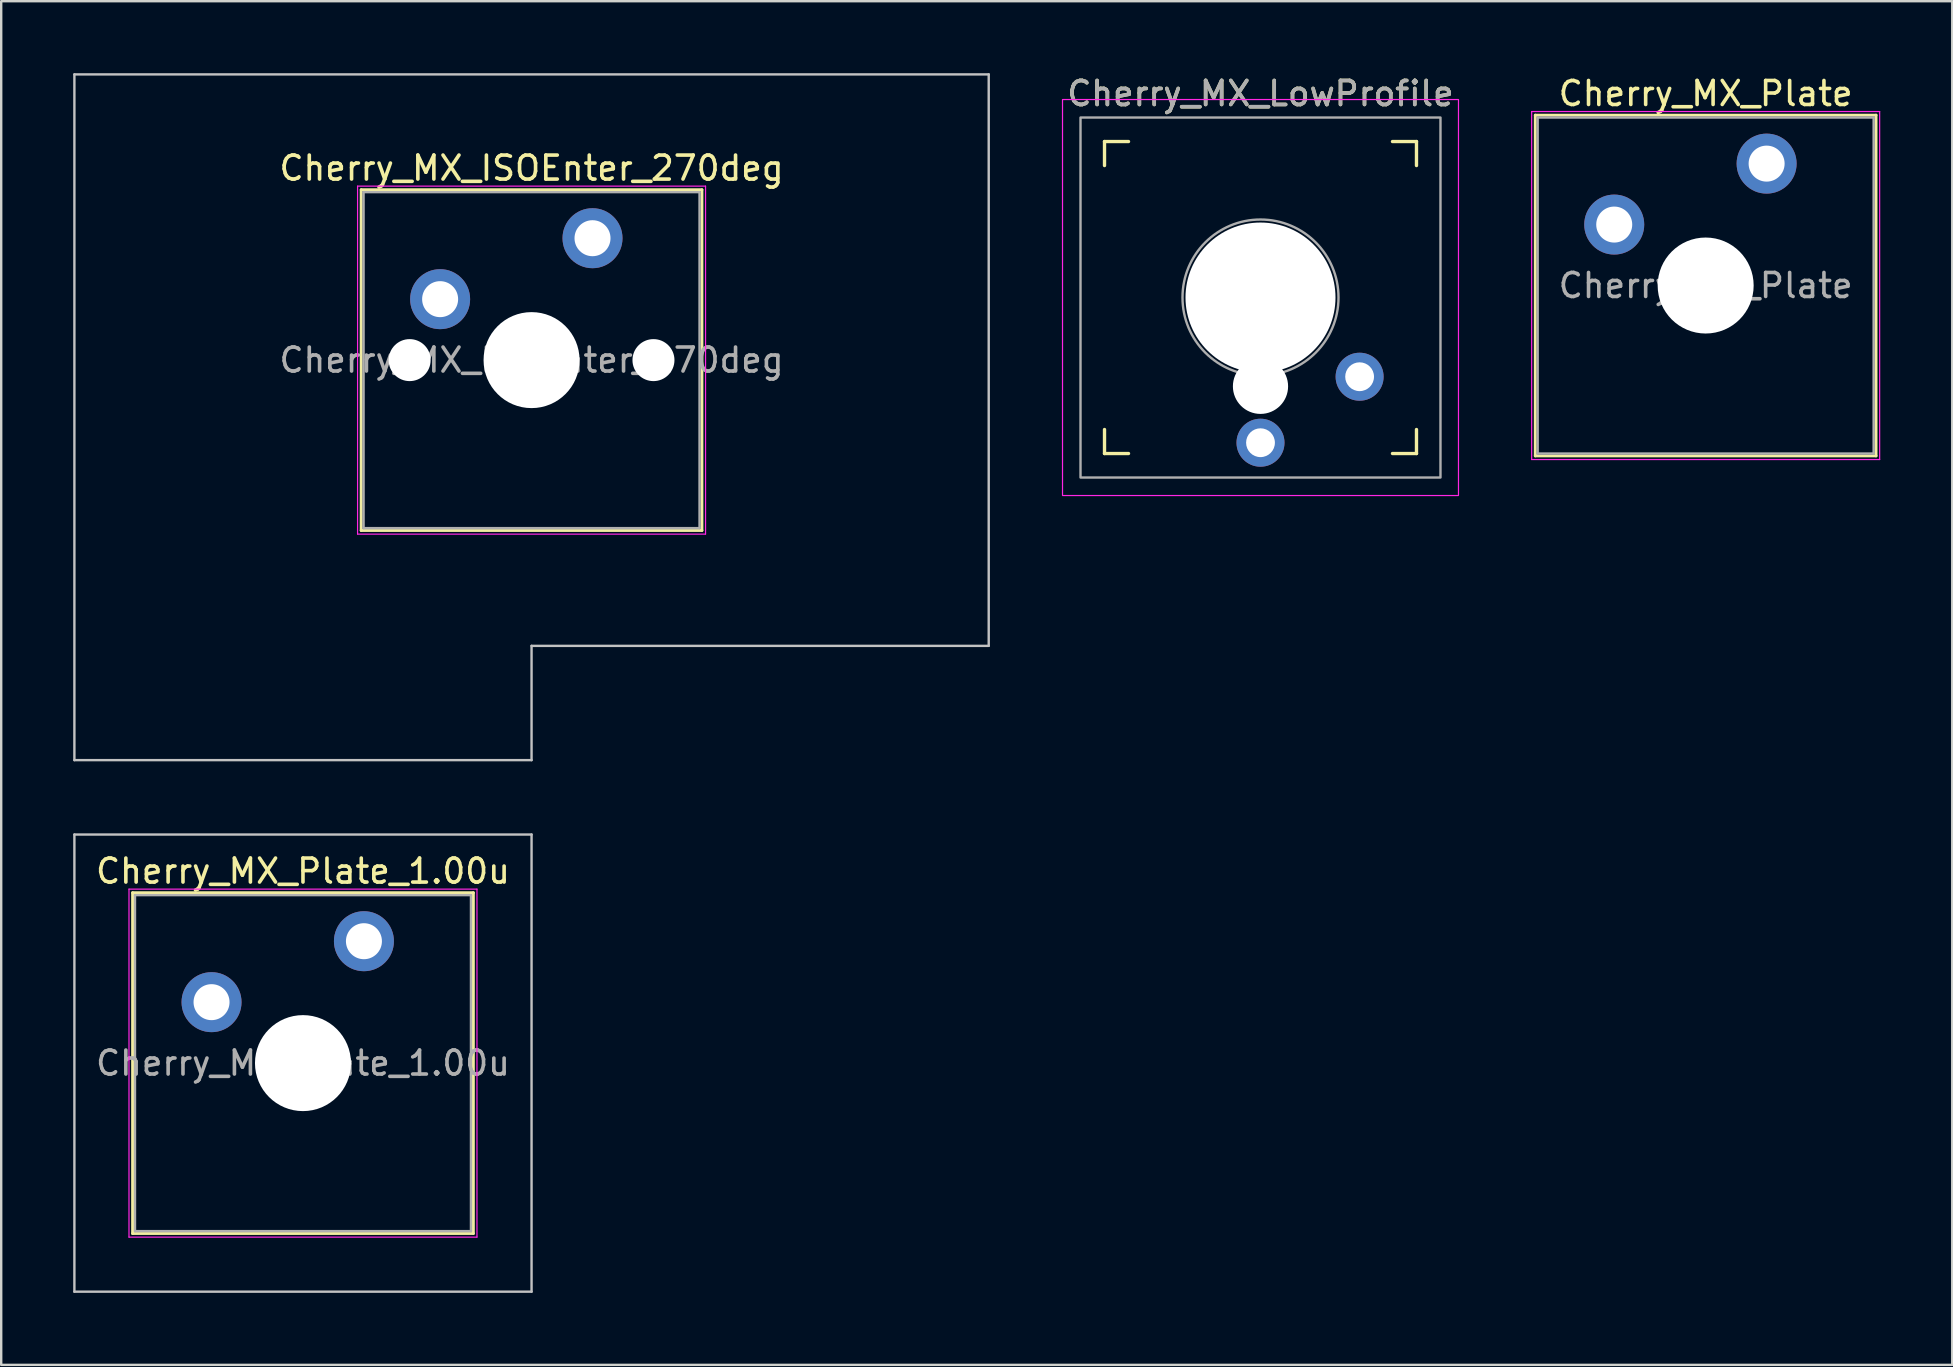
<source format=kicad_pcb>
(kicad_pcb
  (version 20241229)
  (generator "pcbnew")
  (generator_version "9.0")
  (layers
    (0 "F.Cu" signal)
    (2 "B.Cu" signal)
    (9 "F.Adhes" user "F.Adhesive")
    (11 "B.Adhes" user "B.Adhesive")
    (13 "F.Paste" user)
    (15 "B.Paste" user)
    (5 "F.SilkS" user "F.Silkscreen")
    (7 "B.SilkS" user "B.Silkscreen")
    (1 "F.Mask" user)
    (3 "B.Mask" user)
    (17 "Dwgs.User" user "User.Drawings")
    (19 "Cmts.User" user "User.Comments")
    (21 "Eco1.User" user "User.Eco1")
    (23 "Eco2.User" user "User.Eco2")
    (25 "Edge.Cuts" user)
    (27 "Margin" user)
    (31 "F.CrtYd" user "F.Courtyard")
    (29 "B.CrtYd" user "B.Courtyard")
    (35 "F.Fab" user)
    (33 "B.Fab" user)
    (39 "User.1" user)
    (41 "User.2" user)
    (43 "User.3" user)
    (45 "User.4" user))
  (footprint "Cherry_MX_LowProfile"
    (layer "F.Cu")
    (at 49.475 9.348)
    (property "Reference" "Cherry_MX_LowProfile" (at 0 -8.5 0) (unlocked yes) (layer "F.SilkS") (effects (font (size 1 1) (thickness 0.15))))
    (attr through_hole)
    (fp_line (start -6.5 -5.5) (end -6.5 -6.5) (stroke (width 0.14) (type solid)) (layer "F.SilkS"))
    (fp_line (start -6.5 6.5) (end -6.5 5.5) (stroke (width 0.14) (type solid)) (layer "F.SilkS"))
    (fp_line (start -6.5 6.5) (end -5.5 6.5) (stroke (width 0.14) (type solid)) (layer "F.SilkS"))
    (fp_line (start -5.5 -6.5) (end -6.5 -6.5) (stroke (width 0.14) (type solid)) (layer "F.SilkS"))
    (fp_line (start 5.5 6.5) (end 6.5 6.5) (stroke (width 0.14) (type solid)) (layer "F.SilkS"))
    (fp_line (start 6.5 -6.5) (end 5.5 -6.5) (stroke (width 0.14) (type solid)) (layer "F.SilkS"))
    (fp_line (start 6.5 -6.5) (end 6.5 -5.5) (stroke (width 0.14) (type solid)) (layer "F.SilkS"))
    (fp_line (start 6.5 5.5) (end 6.5 6.5) (stroke (width 0.14) (type solid)) (layer "F.SilkS"))
    (fp_rect (start -8.25 -8.25) (end 8.25 8.25) (stroke (width 0.05) (type solid)) (fill no) (layer "F.CrtYd"))
    (fp_rect (start 7.5 7.5) (end -7.5 -7.5) (stroke (width 0.1) (type solid)) (fill no) (layer "F.Fab"))
    (fp_circle (center 0 0) (end 2.75 0) (stroke (width 0.1) (type default)) (fill no) (layer "F.Fab"))
    (fp_circle (center 0 0) (end 3.25 0) (stroke (width 0.1) (type default)) (fill no) (layer "F.Fab"))
    (fp_poly (pts (xy -2.05 -0.65) (xy -0.7 -0.65) (xy -0.7 -2) (xy 0.6 -2) (xy 0.6 -0.65) (xy 1.95 -0.65) (xy 1.95 0.65) (xy 0.6 0.65) (xy 0.6 2) (xy -0.7 2) (xy -0.7 0.65) (xy -2.05 0.65)) (stroke (width 0.1) (type solid)) (fill no) (layer "F.Fab"))
    (fp_text user "${REFERENCE}" (at 0 -8.5 0) (unlocked yes) (layer "F.Fab") (effects (font (size 1 1) (thickness 0.15))))
    (pad "" np_thru_hole circle (at 0 0 180) (size 6.25 6.25) (drill 6.25) (layers "*.Cu" "*.Mask"))
    (pad "" np_thru_hole circle (at 0 3.7) (size 2.3 2.3) (drill 2.3) (layers "*.Cu" "*.Mask"))
    (pad "1" thru_hole circle (at 0 6.05 180) (size 2 2) (drill 1.2) (layers "*.Cu" "B.Mask"))
    (pad "2" thru_hole circle (at 4.13 3.3 180) (size 2 2) (drill 1.2) (layers "*.Cu" "B.Mask")))
  (footprint "Cherry_MX_Plate"
    (layer "F.Cu")
    (at 68.025 8.848)
    (property "Reference" "Cherry_MX_Plate" (at 0 -8 0) (layer "F.SilkS") (effects (font (size 1 1) (thickness 0.15))))
    (attr through_hole)
    (fp_line (start -7.1 -7.1) (end -7.1 7.1) (stroke (width 0.12) (type solid)) (layer "F.SilkS"))
    (fp_line (start -7.1 7.1) (end 7.1 7.1) (stroke (width 0.12) (type solid)) (layer "F.SilkS"))
    (fp_line (start 7.1 -7.1) (end -7.1 -7.1) (stroke (width 0.12) (type solid)) (layer "F.SilkS"))
    (fp_line (start 7.1 7.1) (end 7.1 -7.1) (stroke (width 0.12) (type solid)) (layer "F.SilkS"))
    (fp_line (start -7 -7) (end -7 7) (stroke (width 0.1) (type solid)) (layer "Eco1.User"))
    (fp_line (start -7 7) (end 7 7) (stroke (width 0.1) (type solid)) (layer "Eco1.User"))
    (fp_line (start 7 -7) (end -7 -7) (stroke (width 0.1) (type solid)) (layer "Eco1.User"))
    (fp_line (start 7 7) (end 7 -7) (stroke (width 0.1) (type solid)) (layer "Eco1.User"))
    (fp_line (start -7.25 -7.25) (end -7.25 7.25) (stroke (width 0.05) (type solid)) (layer "F.CrtYd"))
    (fp_line (start -7.25 7.25) (end 7.25 7.25) (stroke (width 0.05) (type solid)) (layer "F.CrtYd"))
    (fp_line (start 7.25 -7.25) (end -7.25 -7.25) (stroke (width 0.05) (type solid)) (layer "F.CrtYd"))
    (fp_line (start 7.25 7.25) (end 7.25 -7.25) (stroke (width 0.05) (type solid)) (layer "F.CrtYd"))
    (fp_line (start -7 -7) (end -7 7) (stroke (width 0.1) (type solid)) (layer "F.Fab"))
    (fp_line (start -7 7) (end 7 7) (stroke (width 0.1) (type solid)) (layer "F.Fab"))
    (fp_line (start 7 -7) (end -7 -7) (stroke (width 0.1) (type solid)) (layer "F.Fab"))
    (fp_line (start 7 7) (end 7 -7) (stroke (width 0.1) (type solid)) (layer "F.Fab"))
    (fp_text user "${REFERENCE}" (at 0 0 0) (layer "F.Fab") (effects (font (size 1 1) (thickness 0.15))))
    (pad "" np_thru_hole circle (at 0 0) (size 4 4) (drill 4) (layers "*.Cu" "*.Mask"))
    (pad "1" thru_hole circle (at -3.81 -2.54) (size 2.5 2.5) (drill 1.5) (layers "*.Cu" "*.Mask"))
    (pad "2" thru_hole circle (at 2.54 -5.08) (size 2.5 2.5) (drill 1.5) (layers "*.Cu" "*.Mask")))
  (footprint "Cherry_MX_Plate_1.00u"
    (layer "F.Cu")
    (at 9.575 41.25)
    (property "Reference" "Cherry_MX_Plate_1.00u" (at 0 -8 0) (layer "F.SilkS") (effects (font (size 1 1) (thickness 0.15))))
    (attr through_hole)
    (fp_line (start -7.1 -7.1) (end -7.1 7.1) (stroke (width 0.12) (type solid)) (layer "F.SilkS"))
    (fp_line (start -7.1 7.1) (end 7.1 7.1) (stroke (width 0.12) (type solid)) (layer "F.SilkS"))
    (fp_line (start 7.1 -7.1) (end -7.1 -7.1) (stroke (width 0.12) (type solid)) (layer "F.SilkS"))
    (fp_line (start 7.1 7.1) (end 7.1 -7.1) (stroke (width 0.12) (type solid)) (layer "F.SilkS"))
    (fp_line (start -9.525 -9.525) (end -9.525 9.525) (stroke (width 0.1) (type solid)) (layer "Dwgs.User"))
    (fp_line (start -9.525 9.525) (end 9.525 9.525) (stroke (width 0.1) (type solid)) (layer "Dwgs.User"))
    (fp_line (start 9.525 -9.525) (end -9.525 -9.525) (stroke (width 0.1) (type solid)) (layer "Dwgs.User"))
    (fp_line (start 9.525 9.525) (end 9.525 -9.525) (stroke (width 0.1) (type solid)) (layer "Dwgs.User"))
    (fp_line (start -7 -7) (end -7 7) (stroke (width 0.1) (type solid)) (layer "Eco1.User"))
    (fp_line (start -7 7) (end 7 7) (stroke (width 0.1) (type solid)) (layer "Eco1.User"))
    (fp_line (start 7 -7) (end -7 -7) (stroke (width 0.1) (type solid)) (layer "Eco1.User"))
    (fp_line (start 7 7) (end 7 -7) (stroke (width 0.1) (type solid)) (layer "Eco1.User"))
    (fp_line (start -7.25 -7.25) (end -7.25 7.25) (stroke (width 0.05) (type solid)) (layer "F.CrtYd"))
    (fp_line (start -7.25 7.25) (end 7.25 7.25) (stroke (width 0.05) (type solid)) (layer "F.CrtYd"))
    (fp_line (start 7.25 -7.25) (end -7.25 -7.25) (stroke (width 0.05) (type solid)) (layer "F.CrtYd"))
    (fp_line (start 7.25 7.25) (end 7.25 -7.25) (stroke (width 0.05) (type solid)) (layer "F.CrtYd"))
    (fp_line (start -7 -7) (end -7 7) (stroke (width 0.1) (type solid)) (layer "F.Fab"))
    (fp_line (start -7 7) (end 7 7) (stroke (width 0.1) (type solid)) (layer "F.Fab"))
    (fp_line (start 7 -7) (end -7 -7) (stroke (width 0.1) (type solid)) (layer "F.Fab"))
    (fp_line (start 7 7) (end 7 -7) (stroke (width 0.1) (type solid)) (layer "F.Fab"))
    (fp_text user "${REFERENCE}" (at 0 0 0) (layer "F.Fab") (effects (font (size 1 1) (thickness 0.15))))
    (pad "" np_thru_hole circle (at 0 0) (size 4 4) (drill 4) (layers "*.Cu" "*.Mask"))
    (pad "1" thru_hole circle (at -3.81 -2.54) (size 2.5 2.5) (drill 1.5) (layers "*.Cu" "*.Mask"))
    (pad "2" thru_hole circle (at 2.54 -5.08) (size 2.5 2.5) (drill 1.5) (layers "*.Cu" "*.Mask")))
  (footprint "Cherry_MX_ISOEnter_270deg"
    (layer "F.Cu")
    (at 19.1 11.956)
    (property "Reference" "Cherry_MX_ISOEnter_270deg" (at 0 -8 0) (layer "F.SilkS") (effects (font (size 1 1) (thickness 0.15))))
    (attr through_hole)
    (fp_line (start -7.1 -7.1) (end -7.1 7.1) (stroke (width 0.12) (type solid)) (layer "F.SilkS"))
    (fp_line (start -7.1 7.1) (end 7.1 7.1) (stroke (width 0.12) (type solid)) (layer "F.SilkS"))
    (fp_line (start 7.1 -7.1) (end -7.1 -7.1) (stroke (width 0.12) (type solid)) (layer "F.SilkS"))
    (fp_line (start 7.1 7.1) (end 7.1 -7.1) (stroke (width 0.12) (type solid)) (layer "F.SilkS"))
    (fp_line (start -19.05 -11.906) (end -19.05 16.669) (stroke (width 0.1) (type solid)) (layer "Dwgs.User"))
    (fp_line (start -19.05 16.669) (end 0 16.669) (stroke (width 0.1) (type solid)) (layer "Dwgs.User"))
    (fp_line (start 0 11.906) (end 19.05 11.906) (stroke (width 0.1) (type solid)) (layer "Dwgs.User"))
    (fp_line (start 0 16.669) (end 0 11.906) (stroke (width 0.1) (type solid)) (layer "Dwgs.User"))
    (fp_line (start 19.05 -11.906) (end -19.05 -11.906) (stroke (width 0.1) (type solid)) (layer "Dwgs.User"))
    (fp_line (start 19.05 11.906) (end 19.05 -11.906) (stroke (width 0.1) (type solid)) (layer "Dwgs.User"))
    (fp_line (start -7 -7) (end -7 7) (stroke (width 0.1) (type solid)) (layer "Eco1.User"))
    (fp_line (start -7 7) (end 7 7) (stroke (width 0.1) (type solid)) (layer "Eco1.User"))
    (fp_line (start 7 -7) (end -7 -7) (stroke (width 0.1) (type solid)) (layer "Eco1.User"))
    (fp_line (start 7 7) (end 7 -7) (stroke (width 0.1) (type solid)) (layer "Eco1.User"))
    (fp_line (start -7.25 -7.25) (end -7.25 7.25) (stroke (width 0.05) (type solid)) (layer "F.CrtYd"))
    (fp_line (start -7.25 7.25) (end 7.25 7.25) (stroke (width 0.05) (type solid)) (layer "F.CrtYd"))
    (fp_line (start 7.25 -7.25) (end -7.25 -7.25) (stroke (width 0.05) (type solid)) (layer "F.CrtYd"))
    (fp_line (start 7.25 7.25) (end 7.25 -7.25) (stroke (width 0.05) (type solid)) (layer "F.CrtYd"))
    (fp_line (start -7 -7) (end -7 7) (stroke (width 0.1) (type solid)) (layer "F.Fab"))
    (fp_line (start -7 7) (end 7 7) (stroke (width 0.1) (type solid)) (layer "F.Fab"))
    (fp_line (start 7 -7) (end -7 -7) (stroke (width 0.1) (type solid)) (layer "F.Fab"))
    (fp_line (start 7 7) (end 7 -7) (stroke (width 0.1) (type solid)) (layer "F.Fab"))
    (fp_text user "${REFERENCE}" (at 0 0 0) (layer "F.Fab") (effects (font (size 1 1) (thickness 0.15))))
    (pad "" np_thru_hole circle (at -5.08 0) (size 1.75 1.75) (drill 1.75) (layers "*.Cu" "*.Mask"))
    (pad "" np_thru_hole circle (at 0 0) (size 4 4) (drill 4) (layers "*.Cu" "*.Mask"))
    (pad "" np_thru_hole circle (at 5.08 0) (size 1.75 1.75) (drill 1.75) (layers "*.Cu" "*.Mask"))
    (pad "1" thru_hole circle (at -3.81 -2.54) (size 2.5 2.5) (drill 1.5) (layers "*.Cu" "*.Mask"))
    (pad "2" thru_hole circle (at 2.54 -5.08) (size 2.5 2.5) (drill 1.5) (layers "*.Cu" "*.Mask")))
  (gr_rect
    (start -3 -3)
    (end 78.3 53.825)
    (stroke (width 0.1) (type default))
    (fill no)
    (layer "Edge.Cuts")))
</source>
